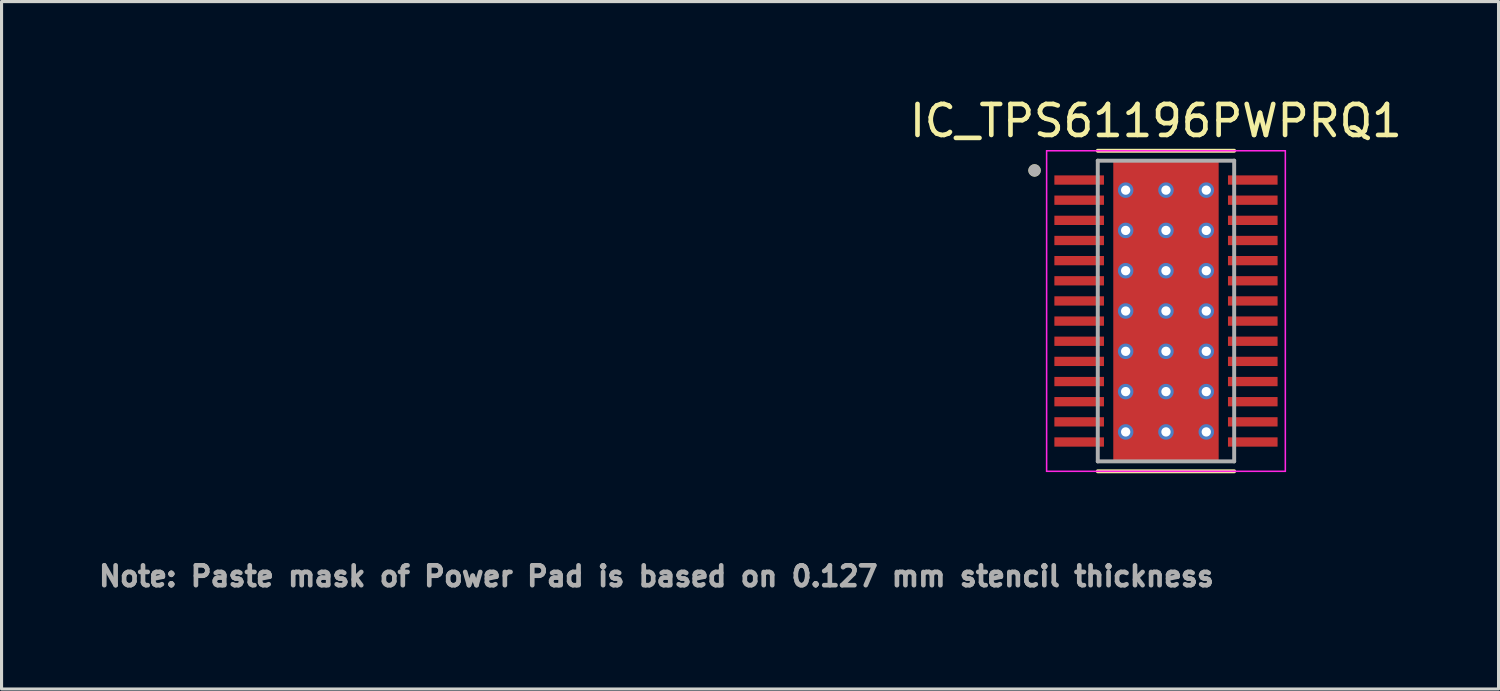
<source format=kicad_pcb>
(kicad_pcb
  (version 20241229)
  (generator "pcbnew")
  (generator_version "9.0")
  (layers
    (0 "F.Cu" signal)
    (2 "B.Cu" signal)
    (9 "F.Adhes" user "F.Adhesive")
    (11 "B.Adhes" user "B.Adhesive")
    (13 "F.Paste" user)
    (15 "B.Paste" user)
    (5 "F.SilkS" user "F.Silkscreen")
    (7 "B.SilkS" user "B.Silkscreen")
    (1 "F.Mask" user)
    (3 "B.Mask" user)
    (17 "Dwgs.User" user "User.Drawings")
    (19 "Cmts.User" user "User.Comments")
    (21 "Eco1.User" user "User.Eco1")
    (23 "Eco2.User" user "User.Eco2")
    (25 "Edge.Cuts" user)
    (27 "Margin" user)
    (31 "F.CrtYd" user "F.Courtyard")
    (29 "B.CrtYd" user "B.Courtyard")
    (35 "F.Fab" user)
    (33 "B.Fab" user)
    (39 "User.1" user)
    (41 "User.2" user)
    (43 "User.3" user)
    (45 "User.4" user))
  (footprint "IC_TPS61196PWPRQ1"
    (layer "F.Cu")
    (at 34.562 6.983)
    (property "Reference" "IC_TPS61196PWPRQ1" (at -0.325 -6.135 0) (layer "F.SilkS") (effects (font (size 1 1) (thickness 0.15))))
    (attr through_hole)
    (fp_poly (pts (xy -3.67 -4.445) (xy -1.93 -4.445) (xy -1.93 -4.005) (xy -3.67 -4.005)) (stroke (width 0.01) (type solid)) (fill yes) (layer "F.Mask"))
    (fp_poly (pts (xy -3.67 -3.795) (xy -1.93 -3.795) (xy -1.93 -3.355) (xy -3.67 -3.355)) (stroke (width 0.01) (type solid)) (fill yes) (layer "F.Mask"))
    (fp_poly (pts (xy -3.67 -3.145) (xy -1.93 -3.145) (xy -1.93 -2.705) (xy -3.67 -2.705)) (stroke (width 0.01) (type solid)) (fill yes) (layer "F.Mask"))
    (fp_poly (pts (xy -3.67 -2.495) (xy -1.93 -2.495) (xy -1.93 -2.055) (xy -3.67 -2.055)) (stroke (width 0.01) (type solid)) (fill yes) (layer "F.Mask"))
    (fp_poly (pts (xy -3.67 -1.845) (xy -1.93 -1.845) (xy -1.93 -1.405) (xy -3.67 -1.405)) (stroke (width 0.01) (type solid)) (fill yes) (layer "F.Mask"))
    (fp_poly (pts (xy -3.67 -1.195) (xy -1.93 -1.195) (xy -1.93 -0.755) (xy -3.67 -0.755)) (stroke (width 0.01) (type solid)) (fill yes) (layer "F.Mask"))
    (fp_poly (pts (xy -3.67 -0.545) (xy -1.93 -0.545) (xy -1.93 -0.105) (xy -3.67 -0.105)) (stroke (width 0.01) (type solid)) (fill yes) (layer "F.Mask"))
    (fp_poly (pts (xy -3.67 0.105) (xy -1.93 0.105) (xy -1.93 0.545) (xy -3.67 0.545)) (stroke (width 0.01) (type solid)) (fill yes) (layer "F.Mask"))
    (fp_poly (pts (xy -3.67 0.755) (xy -1.93 0.755) (xy -1.93 1.195) (xy -3.67 1.195)) (stroke (width 0.01) (type solid)) (fill yes) (layer "F.Mask"))
    (fp_poly (pts (xy -3.67 1.405) (xy -1.93 1.405) (xy -1.93 1.845) (xy -3.67 1.845)) (stroke (width 0.01) (type solid)) (fill yes) (layer "F.Mask"))
    (fp_poly (pts (xy -3.67 2.055) (xy -1.93 2.055) (xy -1.93 2.495) (xy -3.67 2.495)) (stroke (width 0.01) (type solid)) (fill yes) (layer "F.Mask"))
    (fp_poly (pts (xy -3.67 2.705) (xy -1.93 2.705) (xy -1.93 3.145) (xy -3.67 3.145)) (stroke (width 0.01) (type solid)) (fill yes) (layer "F.Mask"))
    (fp_poly (pts (xy -3.67 3.355) (xy -1.93 3.355) (xy -1.93 3.795) (xy -3.67 3.795)) (stroke (width 0.01) (type solid)) (fill yes) (layer "F.Mask"))
    (fp_poly (pts (xy -3.67 4.005) (xy -1.93 4.005) (xy -1.93 4.445) (xy -3.67 4.445)) (stroke (width 0.01) (type solid)) (fill yes) (layer "F.Mask"))
    (fp_poly (pts (xy -1.2 -3.23) (xy 1.2 -3.23) (xy 1.2 3.23) (xy -1.2 3.23)) (stroke (width 0.01) (type solid)) (fill yes) (layer "F.Mask"))
    (fp_poly (pts (xy 1.93 -4.445) (xy 3.67 -4.445) (xy 3.67 -4.005) (xy 1.93 -4.005)) (stroke (width 0.01) (type solid)) (fill yes) (layer "F.Mask"))
    (fp_poly (pts (xy 1.93 -3.795) (xy 3.67 -3.795) (xy 3.67 -3.355) (xy 1.93 -3.355)) (stroke (width 0.01) (type solid)) (fill yes) (layer "F.Mask"))
    (fp_poly (pts (xy 1.93 -3.145) (xy 3.67 -3.145) (xy 3.67 -2.705) (xy 1.93 -2.705)) (stroke (width 0.01) (type solid)) (fill yes) (layer "F.Mask"))
    (fp_poly (pts (xy 1.93 -2.495) (xy 3.67 -2.495) (xy 3.67 -2.055) (xy 1.93 -2.055)) (stroke (width 0.01) (type solid)) (fill yes) (layer "F.Mask"))
    (fp_poly (pts (xy 1.93 -1.845) (xy 3.67 -1.845) (xy 3.67 -1.405) (xy 1.93 -1.405)) (stroke (width 0.01) (type solid)) (fill yes) (layer "F.Mask"))
    (fp_poly (pts (xy 1.93 -1.195) (xy 3.67 -1.195) (xy 3.67 -0.755) (xy 1.93 -0.755)) (stroke (width 0.01) (type solid)) (fill yes) (layer "F.Mask"))
    (fp_poly (pts (xy 1.93 -0.545) (xy 3.67 -0.545) (xy 3.67 -0.105) (xy 1.93 -0.105)) (stroke (width 0.01) (type solid)) (fill yes) (layer "F.Mask"))
    (fp_poly (pts (xy 1.93 0.105) (xy 3.67 0.105) (xy 3.67 0.545) (xy 1.93 0.545)) (stroke (width 0.01) (type solid)) (fill yes) (layer "F.Mask"))
    (fp_poly (pts (xy 1.93 0.755) (xy 3.67 0.755) (xy 3.67 1.195) (xy 1.93 1.195)) (stroke (width 0.01) (type solid)) (fill yes) (layer "F.Mask"))
    (fp_poly (pts (xy 1.93 1.405) (xy 3.67 1.405) (xy 3.67 1.845) (xy 1.93 1.845)) (stroke (width 0.01) (type solid)) (fill yes) (layer "F.Mask"))
    (fp_poly (pts (xy 1.93 2.055) (xy 3.67 2.055) (xy 3.67 2.495) (xy 1.93 2.495)) (stroke (width 0.01) (type solid)) (fill yes) (layer "F.Mask"))
    (fp_poly (pts (xy 1.93 2.705) (xy 3.67 2.705) (xy 3.67 3.145) (xy 1.93 3.145)) (stroke (width 0.01) (type solid)) (fill yes) (layer "F.Mask"))
    (fp_poly (pts (xy 1.93 3.355) (xy 3.67 3.355) (xy 3.67 3.795) (xy 1.93 3.795)) (stroke (width 0.01) (type solid)) (fill yes) (layer "F.Mask"))
    (fp_poly (pts (xy 1.93 4.005) (xy 3.67 4.005) (xy 3.67 4.445) (xy 1.93 4.445)) (stroke (width 0.01) (type solid)) (fill yes) (layer "F.Mask"))
    (fp_line (start -2.2 -5.17) (end 2.2 -5.17) (stroke (width 0.127) (type solid)) (layer "F.SilkS"))
    (fp_line (start -2.2 5.17) (end 2.2 5.17) (stroke (width 0.127) (type solid)) (layer "F.SilkS"))
    (fp_circle (center -4.24 -4.535) (end -4.14 -4.535) (stroke (width 0.2) (type solid)) (fill no) (layer "F.SilkS"))
    (fp_poly (pts (xy -3.575 -4.35) (xy -2.025 -4.35) (xy -2.025 -4.1) (xy -3.575 -4.1)) (stroke (width 0.01) (type solid)) (fill yes) (layer "F.Paste"))
    (fp_poly (pts (xy -3.575 -3.7) (xy -2.025 -3.7) (xy -2.025 -3.45) (xy -3.575 -3.45)) (stroke (width 0.01) (type solid)) (fill yes) (layer "F.Paste"))
    (fp_poly (pts (xy -3.575 -3.05) (xy -2.025 -3.05) (xy -2.025 -2.8) (xy -3.575 -2.8)) (stroke (width 0.01) (type solid)) (fill yes) (layer "F.Paste"))
    (fp_poly (pts (xy -3.575 -2.4) (xy -2.025 -2.4) (xy -2.025 -2.15) (xy -3.575 -2.15)) (stroke (width 0.01) (type solid)) (fill yes) (layer "F.Paste"))
    (fp_poly (pts (xy -3.575 -1.75) (xy -2.025 -1.75) (xy -2.025 -1.5) (xy -3.575 -1.5)) (stroke (width 0.01) (type solid)) (fill yes) (layer "F.Paste"))
    (fp_poly (pts (xy -3.575 -1.1) (xy -2.025 -1.1) (xy -2.025 -0.85) (xy -3.575 -0.85)) (stroke (width 0.01) (type solid)) (fill yes) (layer "F.Paste"))
    (fp_poly (pts (xy -3.575 -0.45) (xy -2.025 -0.45) (xy -2.025 -0.2) (xy -3.575 -0.2)) (stroke (width 0.01) (type solid)) (fill yes) (layer "F.Paste"))
    (fp_poly (pts (xy -3.575 0.2) (xy -2.025 0.2) (xy -2.025 0.45) (xy -3.575 0.45)) (stroke (width 0.01) (type solid)) (fill yes) (layer "F.Paste"))
    (fp_poly (pts (xy -3.575 0.85) (xy -2.025 0.85) (xy -2.025 1.1) (xy -3.575 1.1)) (stroke (width 0.01) (type solid)) (fill yes) (layer "F.Paste"))
    (fp_poly (pts (xy -3.575 1.5) (xy -2.025 1.5) (xy -2.025 1.75) (xy -3.575 1.75)) (stroke (width 0.01) (type solid)) (fill yes) (layer "F.Paste"))
    (fp_poly (pts (xy -3.575 2.15) (xy -2.025 2.15) (xy -2.025 2.4) (xy -3.575 2.4)) (stroke (width 0.01) (type solid)) (fill yes) (layer "F.Paste"))
    (fp_poly (pts (xy -3.575 2.8) (xy -2.025 2.8) (xy -2.025 3.05) (xy -3.575 3.05)) (stroke (width 0.01) (type solid)) (fill yes) (layer "F.Paste"))
    (fp_poly (pts (xy -3.575 3.45) (xy -2.025 3.45) (xy -2.025 3.7) (xy -3.575 3.7)) (stroke (width 0.01) (type solid)) (fill yes) (layer "F.Paste"))
    (fp_poly (pts (xy -3.575 4.1) (xy -2.025 4.1) (xy -2.025 4.35) (xy -3.575 4.35)) (stroke (width 0.01) (type solid)) (fill yes) (layer "F.Paste"))
    (fp_poly (pts (xy -1.2 -3.23) (xy 1.2 -3.23) (xy 1.2 3.23) (xy -1.2 3.23)) (stroke (width 0.01) (type solid)) (fill yes) (layer "F.Paste"))
    (fp_poly (pts (xy 2.025 -4.35) (xy 3.575 -4.35) (xy 3.575 -4.1) (xy 2.025 -4.1)) (stroke (width 0.01) (type solid)) (fill yes) (layer "F.Paste"))
    (fp_poly (pts (xy 2.025 -3.7) (xy 3.575 -3.7) (xy 3.575 -3.45) (xy 2.025 -3.45)) (stroke (width 0.01) (type solid)) (fill yes) (layer "F.Paste"))
    (fp_poly (pts (xy 2.025 -3.05) (xy 3.575 -3.05) (xy 3.575 -2.8) (xy 2.025 -2.8)) (stroke (width 0.01) (type solid)) (fill yes) (layer "F.Paste"))
    (fp_poly (pts (xy 2.025 -2.4) (xy 3.575 -2.4) (xy 3.575 -2.15) (xy 2.025 -2.15)) (stroke (width 0.01) (type solid)) (fill yes) (layer "F.Paste"))
    (fp_poly (pts (xy 2.025 -1.75) (xy 3.575 -1.75) (xy 3.575 -1.5) (xy 2.025 -1.5)) (stroke (width 0.01) (type solid)) (fill yes) (layer "F.Paste"))
    (fp_poly (pts (xy 2.025 -1.1) (xy 3.575 -1.1) (xy 3.575 -0.85) (xy 2.025 -0.85)) (stroke (width 0.01) (type solid)) (fill yes) (layer "F.Paste"))
    (fp_poly (pts (xy 2.025 -0.45) (xy 3.575 -0.45) (xy 3.575 -0.2) (xy 2.025 -0.2)) (stroke (width 0.01) (type solid)) (fill yes) (layer "F.Paste"))
    (fp_poly (pts (xy 2.025 0.2) (xy 3.575 0.2) (xy 3.575 0.45) (xy 2.025 0.45)) (stroke (width 0.01) (type solid)) (fill yes) (layer "F.Paste"))
    (fp_poly (pts (xy 2.025 0.85) (xy 3.575 0.85) (xy 3.575 1.1) (xy 2.025 1.1)) (stroke (width 0.01) (type solid)) (fill yes) (layer "F.Paste"))
    (fp_poly (pts (xy 2.025 1.5) (xy 3.575 1.5) (xy 3.575 1.75) (xy 2.025 1.75)) (stroke (width 0.01) (type solid)) (fill yes) (layer "F.Paste"))
    (fp_poly (pts (xy 2.025 2.15) (xy 3.575 2.15) (xy 3.575 2.4) (xy 2.025 2.4)) (stroke (width 0.01) (type solid)) (fill yes) (layer "F.Paste"))
    (fp_poly (pts (xy 2.025 2.8) (xy 3.575 2.8) (xy 3.575 3.05) (xy 2.025 3.05)) (stroke (width 0.01) (type solid)) (fill yes) (layer "F.Paste"))
    (fp_poly (pts (xy 2.025 3.45) (xy 3.575 3.45) (xy 3.575 3.7) (xy 2.025 3.7)) (stroke (width 0.01) (type solid)) (fill yes) (layer "F.Paste"))
    (fp_poly (pts (xy 2.025 4.1) (xy 3.575 4.1) (xy 3.575 4.35) (xy 2.025 4.35)) (stroke (width 0.01) (type solid)) (fill yes) (layer "F.Paste"))
    (fp_line (start -3.85 -5.17) (end -3.85 5.17) (stroke (width 0.05) (type solid)) (layer "F.CrtYd"))
    (fp_line (start -3.85 -5.17) (end 3.85 -5.17) (stroke (width 0.05) (type solid)) (layer "F.CrtYd"))
    (fp_line (start -3.85 5.17) (end 3.85 5.17) (stroke (width 0.05) (type solid)) (layer "F.CrtYd"))
    (fp_line (start 3.85 -5.17) (end 3.85 5.17) (stroke (width 0.05) (type solid)) (layer "F.CrtYd"))
    (fp_line (start -2.2 -4.85) (end -2.2 4.85) (stroke (width 0.127) (type solid)) (layer "F.Fab"))
    (fp_line (start -2.2 -4.85) (end 2.2 -4.85) (stroke (width 0.127) (type solid)) (layer "F.Fab"))
    (fp_line (start -2.2 4.85) (end 2.2 4.85) (stroke (width 0.127) (type solid)) (layer "F.Fab"))
    (fp_line (start 2.2 -4.85) (end 2.2 4.85) (stroke (width 0.127) (type solid)) (layer "F.Fab"))
    (fp_circle (center -4.24 -4.535) (end -4.14 -4.535) (stroke (width 0.2) (type solid)) (fill no) (layer "F.Fab"))
    (fp_text user "Note: Paste mask of Power Pad is based on 0.127 mm stencil thickness" (at -16.435 8.555 0) (layer "F.Fab") (effects (font (size 0.64 0.64) (thickness 0.15))))
    (pad "1" smd rect (at -2.8 -4.225) (size 1.6 0.3) (layers "F.Cu"))
    (pad "2" smd rect (at -2.8 -3.575) (size 1.6 0.3) (layers "F.Cu"))
    (pad "3" smd rect (at -2.8 -2.925) (size 1.6 0.3) (layers "F.Cu"))
    (pad "4" smd rect (at -2.8 -2.275) (size 1.6 0.3) (layers "F.Cu"))
    (pad "5" smd rect (at -2.8 -1.625) (size 1.6 0.3) (layers "F.Cu"))
    (pad "6" smd rect (at -2.8 -0.975) (size 1.6 0.3) (layers "F.Cu"))
    (pad "7" smd rect (at -2.8 -0.325) (size 1.6 0.3) (layers "F.Cu"))
    (pad "8" smd rect (at -2.8 0.325) (size 1.6 0.3) (layers "F.Cu"))
    (pad "9" smd rect (at -2.8 0.975) (size 1.6 0.3) (layers "F.Cu"))
    (pad "10" smd rect (at -2.8 1.625) (size 1.6 0.3) (layers "F.Cu"))
    (pad "11" smd rect (at -2.8 2.275) (size 1.6 0.3) (layers "F.Cu"))
    (pad "12" smd rect (at -2.8 2.925) (size 1.6 0.3) (layers "F.Cu"))
    (pad "13" smd rect (at -2.8 3.575) (size 1.6 0.3) (layers "F.Cu"))
    (pad "14" smd rect (at -2.8 4.225) (size 1.6 0.3) (layers "F.Cu"))
    (pad "15" smd rect (at 2.8 4.225) (size 1.6 0.3) (layers "F.Cu"))
    (pad "16" smd rect (at 2.8 3.575) (size 1.6 0.3) (layers "F.Cu"))
    (pad "17" smd rect (at 2.8 2.925) (size 1.6 0.3) (layers "F.Cu"))
    (pad "18" smd rect (at 2.8 2.275) (size 1.6 0.3) (layers "F.Cu"))
    (pad "19" smd rect (at 2.8 1.625) (size 1.6 0.3) (layers "F.Cu"))
    (pad "20" smd rect (at 2.8 0.975) (size 1.6 0.3) (layers "F.Cu"))
    (pad "21" smd rect (at 2.8 0.325) (size 1.6 0.3) (layers "F.Cu"))
    (pad "22" smd rect (at 2.8 -0.325) (size 1.6 0.3) (layers "F.Cu"))
    (pad "23" smd rect (at 2.8 -0.975) (size 1.6 0.3) (layers "F.Cu"))
    (pad "24" smd rect (at 2.8 -1.625) (size 1.6 0.3) (layers "F.Cu"))
    (pad "25" smd rect (at 2.8 -2.275) (size 1.6 0.3) (layers "F.Cu"))
    (pad "26" smd rect (at 2.8 -2.925) (size 1.6 0.3) (layers "F.Cu"))
    (pad "27" smd rect (at 2.8 -3.575) (size 1.6 0.3) (layers "F.Cu"))
    (pad "28" smd rect (at 2.8 -4.225) (size 1.6 0.3) (layers "F.Cu"))
    (pad "29" smd rect (at 0 0) (size 3.4 9.7) (layers "F.Cu"))
    (pad "30" thru_hole circle (at 0 0) (size 0.5 0.5) (drill 0.3) (layers "*.Cu"))
    (pad "31" thru_hole circle (at 0 -1.3) (size 0.5 0.5) (drill 0.3) (layers "*.Cu"))
    (pad "32" thru_hole circle (at 0 -2.6) (size 0.5 0.5) (drill 0.3) (layers "*.Cu"))
    (pad "33" thru_hole circle (at 0 -3.9) (size 0.5 0.5) (drill 0.3) (layers "*.Cu"))
    (pad "34" thru_hole circle (at 0 1.3) (size 0.5 0.5) (drill 0.3) (layers "*.Cu"))
    (pad "35" thru_hole circle (at 0 2.6) (size 0.5 0.5) (drill 0.3) (layers "*.Cu"))
    (pad "36" thru_hole circle (at 0 3.9) (size 0.5 0.5) (drill 0.3) (layers "*.Cu"))
    (pad "37" thru_hole circle (at -1.3 -3.9) (size 0.5 0.5) (drill 0.3) (layers "*.Cu"))
    (pad "38" thru_hole circle (at 1.3 -3.9) (size 0.5 0.5) (drill 0.3) (layers "*.Cu"))
    (pad "39" thru_hole circle (at -1.3 -2.6) (size 0.5 0.5) (drill 0.3) (layers "*.Cu"))
    (pad "40" thru_hole circle (at 1.3 -2.6) (size 0.5 0.5) (drill 0.3) (layers "*.Cu"))
    (pad "41" thru_hole circle (at 1.3 -1.3) (size 0.5 0.5) (drill 0.3) (layers "*.Cu"))
    (pad "42" thru_hole circle (at -1.3 -1.3) (size 0.5 0.5) (drill 0.3) (layers "*.Cu"))
    (pad "43" thru_hole circle (at -1.3 0) (size 0.5 0.5) (drill 0.3) (layers "*.Cu"))
    (pad "44" thru_hole circle (at 1.3 0) (size 0.5 0.5) (drill 0.3) (layers "*.Cu"))
    (pad "45" thru_hole circle (at -1.3 1.3) (size 0.5 0.5) (drill 0.3) (layers "*.Cu"))
    (pad "46" thru_hole circle (at 1.3 1.3) (size 0.5 0.5) (drill 0.3) (layers "*.Cu"))
    (pad "47" thru_hole circle (at -1.3 2.6) (size 0.5 0.5) (drill 0.3) (layers "*.Cu"))
    (pad "48" thru_hole circle (at 1.3 2.6) (size 0.5 0.5) (drill 0.3) (layers "*.Cu"))
    (pad "49" thru_hole circle (at -1.3 3.9) (size 0.5 0.5) (drill 0.3) (layers "*.Cu"))
    (pad "50" thru_hole circle (at 1.3 3.9) (size 0.5 0.5) (drill 0.3) (layers "*.Cu")))
  (gr_rect
    (start -3 -3)
    (end 45.29 19.176)
    (stroke (width 0.1) (type default))
    (fill no)
    (layer "Edge.Cuts")))
</source>
